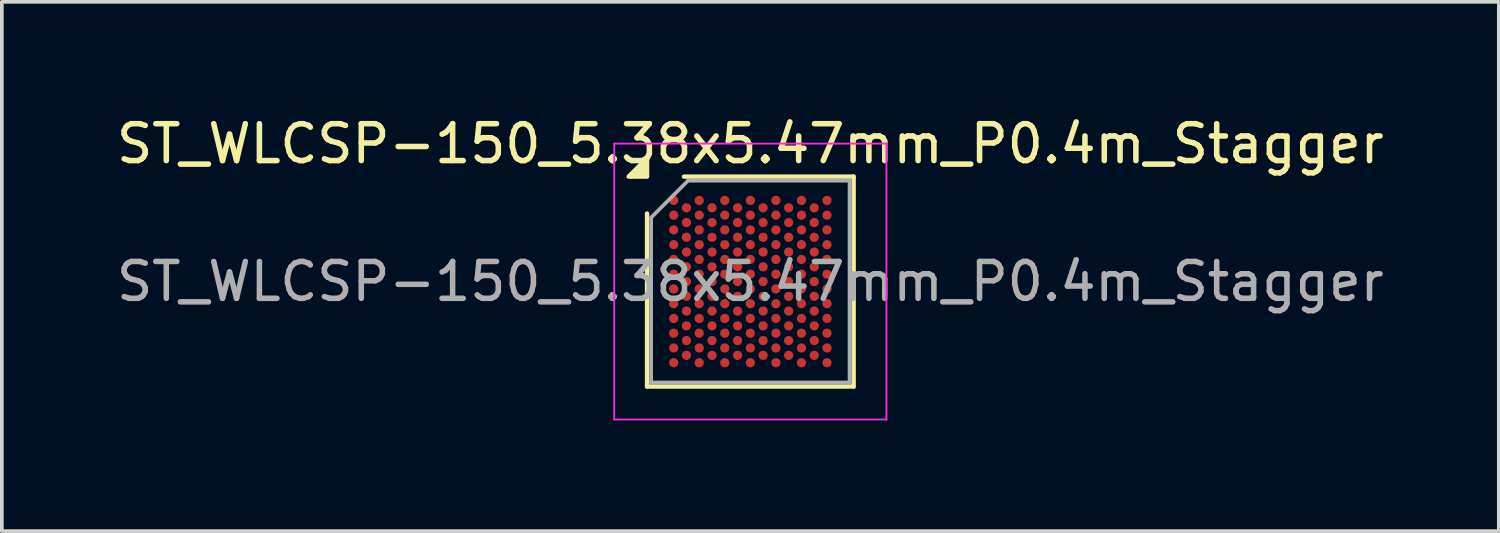
<source format=kicad_pcb>
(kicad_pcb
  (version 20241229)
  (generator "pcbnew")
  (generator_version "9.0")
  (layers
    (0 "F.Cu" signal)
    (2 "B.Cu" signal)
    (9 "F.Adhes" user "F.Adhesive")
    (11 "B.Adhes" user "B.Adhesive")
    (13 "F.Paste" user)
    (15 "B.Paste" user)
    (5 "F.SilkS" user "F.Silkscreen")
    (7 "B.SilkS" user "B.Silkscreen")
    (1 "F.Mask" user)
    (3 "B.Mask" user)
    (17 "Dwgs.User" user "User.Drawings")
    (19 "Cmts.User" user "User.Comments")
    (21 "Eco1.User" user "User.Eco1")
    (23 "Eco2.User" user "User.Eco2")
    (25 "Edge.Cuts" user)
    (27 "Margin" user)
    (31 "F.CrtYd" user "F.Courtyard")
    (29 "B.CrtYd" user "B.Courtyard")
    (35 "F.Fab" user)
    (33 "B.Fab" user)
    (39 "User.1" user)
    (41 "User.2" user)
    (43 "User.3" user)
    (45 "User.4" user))
  (footprint "ST_WLCSP-150_5.38x5.47mm_P0.4m_Stagger"
    (layer "F.Cu")
    (at 17.292 4.583)
    (property "Reference" "ST_WLCSP-150_5.38x5.47mm_P0.4m_Stagger" (at 0 -3.735 0) (layer "F.SilkS") (effects (font (size 1 1) (thickness 0.15))))
    (attr smd)
    (fp_line (start -2.8 2.845) (end -2.8 -1.845) (stroke (width 0.12) (type solid)) (layer "F.SilkS"))
    (fp_line (start -1.8 -2.845) (end 2.8 -2.845) (stroke (width 0.12) (type solid)) (layer "F.SilkS"))
    (fp_line (start 2.8 -2.845) (end 2.8 2.845) (stroke (width 0.12) (type solid)) (layer "F.SilkS"))
    (fp_line (start 2.8 2.845) (end -2.8 2.845) (stroke (width 0.12) (type solid)) (layer "F.SilkS"))
    (fp_poly (pts (xy -2.8 -2.845) (xy -3.3 -2.845) (xy -2.8 -3.345) (xy -2.8 -2.845)) (stroke (width 0.12) (type solid)) (fill yes) (layer "F.SilkS"))
    (fp_line (start -3.69 -3.74) (end -3.69 3.74) (stroke (width 0.05) (type solid)) (layer "F.CrtYd"))
    (fp_line (start -3.69 3.74) (end 3.69 3.74) (stroke (width 0.05) (type solid)) (layer "F.CrtYd"))
    (fp_line (start 3.69 -3.74) (end -3.69 -3.74) (stroke (width 0.05) (type solid)) (layer "F.CrtYd"))
    (fp_line (start 3.69 3.74) (end 3.69 -3.74) (stroke (width 0.05) (type solid)) (layer "F.CrtYd"))
    (fp_line (start -2.69 -1.735) (end -1.69 -2.735) (stroke (width 0.1) (type solid)) (layer "F.Fab"))
    (fp_line (start -2.69 2.735) (end -2.69 -1.735) (stroke (width 0.1) (type solid)) (layer "F.Fab"))
    (fp_line (start -1.69 -2.735) (end 2.69 -2.735) (stroke (width 0.1) (type solid)) (layer "F.Fab"))
    (fp_line (start 2.69 -2.735) (end 2.69 2.735) (stroke (width 0.1) (type solid)) (layer "F.Fab"))
    (fp_line (start 2.69 2.735) (end -2.69 2.735) (stroke (width 0.1) (type solid)) (layer "F.Fab"))
    (fp_text user "${REFERENCE}" (at 0 0 0) (layer "F.Fab") (effects (font (size 1 1) (thickness 0.15))))
    (pad "A1" smd circle (at -2.078 -2.2) (size 0.25 0.25) (property pad_prop_bga) (layers "F.Cu" "F.Mask" "F.Paste"))
    (pad "A3" smd circle (at -1.386 -2.2) (size 0.25 0.25) (property pad_prop_bga) (layers "F.Cu" "F.Mask" "F.Paste"))
    (pad "A5" smd circle (at -0.693 -2.2) (size 0.25 0.25) (property pad_prop_bga) (layers "F.Cu" "F.Mask" "F.Paste"))
    (pad "A7" smd circle (at 0 -2.2) (size 0.25 0.25) (property pad_prop_bga) (layers "F.Cu" "F.Mask" "F.Paste"))
    (pad "A9" smd circle (at 0.693 -2.2) (size 0.25 0.25) (property pad_prop_bga) (layers "F.Cu" "F.Mask" "F.Paste"))
    (pad "A11" smd circle (at 1.386 -2.2) (size 0.25 0.25) (property pad_prop_bga) (layers "F.Cu" "F.Mask" "F.Paste"))
    (pad "A13" smd circle (at 2.078 -2.2) (size 0.25 0.25) (property pad_prop_bga) (layers "F.Cu" "F.Mask" "F.Paste"))
    (pad "AA1" smd circle (at -2.078 1.8) (size 0.25 0.25) (property pad_prop_bga) (layers "F.Cu" "F.Mask" "F.Paste"))
    (pad "AA3" smd circle (at -1.386 1.8) (size 0.25 0.25) (property pad_prop_bga) (layers "F.Cu" "F.Mask" "F.Paste"))
    (pad "AA5" smd circle (at -0.693 1.8) (size 0.25 0.25) (property pad_prop_bga) (layers "F.Cu" "F.Mask" "F.Paste"))
    (pad "AA7" smd circle (at 0 1.8) (size 0.25 0.25) (property pad_prop_bga) (layers "F.Cu" "F.Mask" "F.Paste"))
    (pad "AA9" smd circle (at 0.693 1.8) (size 0.25 0.25) (property pad_prop_bga) (layers "F.Cu" "F.Mask" "F.Paste"))
    (pad "AA11" smd circle (at 1.386 1.8) (size 0.25 0.25) (property pad_prop_bga) (layers "F.Cu" "F.Mask" "F.Paste"))
    (pad "AA13" smd circle (at 2.078 1.8) (size 0.25 0.25) (property pad_prop_bga) (layers "F.Cu" "F.Mask" "F.Paste"))
    (pad "AB2" smd circle (at -1.732 2) (size 0.25 0.25) (property pad_prop_bga) (layers "F.Cu" "F.Mask" "F.Paste"))
    (pad "AB4" smd circle (at -1.039 2) (size 0.25 0.25) (property pad_prop_bga) (layers "F.Cu" "F.Mask" "F.Paste"))
    (pad "AB6" smd circle (at -0.346 2) (size 0.25 0.25) (property pad_prop_bga) (layers "F.Cu" "F.Mask" "F.Paste"))
    (pad "AB8" smd circle (at 0.346 2) (size 0.25 0.25) (property pad_prop_bga) (layers "F.Cu" "F.Mask" "F.Paste"))
    (pad "AB10" smd circle (at 1.039 2) (size 0.25 0.25) (property pad_prop_bga) (layers "F.Cu" "F.Mask" "F.Paste"))
    (pad "AB12" smd circle (at 1.732 2) (size 0.25 0.25) (property pad_prop_bga) (layers "F.Cu" "F.Mask" "F.Paste"))
    (pad "AC1" smd circle (at -2.078 2.2) (size 0.25 0.25) (property pad_prop_bga) (layers "F.Cu" "F.Mask" "F.Paste"))
    (pad "AC3" smd circle (at -1.386 2.2) (size 0.25 0.25) (property pad_prop_bga) (layers "F.Cu" "F.Mask" "F.Paste"))
    (pad "AC5" smd circle (at -0.693 2.2) (size 0.25 0.25) (property pad_prop_bga) (layers "F.Cu" "F.Mask" "F.Paste"))
    (pad "AC7" smd circle (at 0 2.2) (size 0.25 0.25) (property pad_prop_bga) (layers "F.Cu" "F.Mask" "F.Paste"))
    (pad "AC9" smd circle (at 0.693 2.2) (size 0.25 0.25) (property pad_prop_bga) (layers "F.Cu" "F.Mask" "F.Paste"))
    (pad "AC11" smd circle (at 1.386 2.2) (size 0.25 0.25) (property pad_prop_bga) (layers "F.Cu" "F.Mask" "F.Paste"))
    (pad "AC13" smd circle (at 2.078 2.2) (size 0.25 0.25) (property pad_prop_bga) (layers "F.Cu" "F.Mask" "F.Paste"))
    (pad "B2" smd circle (at -1.732 -2) (size 0.25 0.25) (property pad_prop_bga) (layers "F.Cu" "F.Mask" "F.Paste"))
    (pad "B4" smd circle (at -1.039 -2) (size 0.25 0.25) (property pad_prop_bga) (layers "F.Cu" "F.Mask" "F.Paste"))
    (pad "B6" smd circle (at -0.346 -2) (size 0.25 0.25) (property pad_prop_bga) (layers "F.Cu" "F.Mask" "F.Paste"))
    (pad "B8" smd circle (at 0.346 -2) (size 0.25 0.25) (property pad_prop_bga) (layers "F.Cu" "F.Mask" "F.Paste"))
    (pad "B10" smd circle (at 1.039 -2) (size 0.25 0.25) (property pad_prop_bga) (layers "F.Cu" "F.Mask" "F.Paste"))
    (pad "B12" smd circle (at 1.732 -2) (size 0.25 0.25) (property pad_prop_bga) (layers "F.Cu" "F.Mask" "F.Paste"))
    (pad "C1" smd circle (at -2.078 -1.8) (size 0.25 0.25) (property pad_prop_bga) (layers "F.Cu" "F.Mask" "F.Paste"))
    (pad "C3" smd circle (at -1.386 -1.8) (size 0.25 0.25) (property pad_prop_bga) (layers "F.Cu" "F.Mask" "F.Paste"))
    (pad "C5" smd circle (at -0.693 -1.8) (size 0.25 0.25) (property pad_prop_bga) (layers "F.Cu" "F.Mask" "F.Paste"))
    (pad "C7" smd circle (at 0 -1.8) (size 0.25 0.25) (property pad_prop_bga) (layers "F.Cu" "F.Mask" "F.Paste"))
    (pad "C9" smd circle (at 0.693 -1.8) (size 0.25 0.25) (property pad_prop_bga) (layers "F.Cu" "F.Mask" "F.Paste"))
    (pad "C11" smd circle (at 1.386 -1.8) (size 0.25 0.25) (property pad_prop_bga) (layers "F.Cu" "F.Mask" "F.Paste"))
    (pad "C13" smd circle (at 2.078 -1.8) (size 0.25 0.25) (property pad_prop_bga) (layers "F.Cu" "F.Mask" "F.Paste"))
    (pad "D2" smd circle (at -1.732 -1.6) (size 0.25 0.25) (property pad_prop_bga) (layers "F.Cu" "F.Mask" "F.Paste"))
    (pad "D4" smd circle (at -1.039 -1.6) (size 0.25 0.25) (property pad_prop_bga) (layers "F.Cu" "F.Mask" "F.Paste"))
    (pad "D6" smd circle (at -0.346 -1.6) (size 0.25 0.25) (property pad_prop_bga) (layers "F.Cu" "F.Mask" "F.Paste"))
    (pad "D8" smd circle (at 0.346 -1.6) (size 0.25 0.25) (property pad_prop_bga) (layers "F.Cu" "F.Mask" "F.Paste"))
    (pad "D10" smd circle (at 1.039 -1.6) (size 0.25 0.25) (property pad_prop_bga) (layers "F.Cu" "F.Mask" "F.Paste"))
    (pad "D12" smd circle (at 1.732 -1.6) (size 0.25 0.25) (property pad_prop_bga) (layers "F.Cu" "F.Mask" "F.Paste"))
    (pad "E1" smd circle (at -2.078 -1.4) (size 0.25 0.25) (property pad_prop_bga) (layers "F.Cu" "F.Mask" "F.Paste"))
    (pad "E3" smd circle (at -1.386 -1.4) (size 0.25 0.25) (property pad_prop_bga) (layers "F.Cu" "F.Mask" "F.Paste"))
    (pad "E5" smd circle (at -0.693 -1.4) (size 0.25 0.25) (property pad_prop_bga) (layers "F.Cu" "F.Mask" "F.Paste"))
    (pad "E7" smd circle (at 0 -1.4) (size 0.25 0.25) (property pad_prop_bga) (layers "F.Cu" "F.Mask" "F.Paste"))
    (pad "E9" smd circle (at 0.693 -1.4) (size 0.25 0.25) (property pad_prop_bga) (layers "F.Cu" "F.Mask" "F.Paste"))
    (pad "E11" smd circle (at 1.386 -1.4) (size 0.25 0.25) (property pad_prop_bga) (layers "F.Cu" "F.Mask" "F.Paste"))
    (pad "E13" smd circle (at 2.078 -1.4) (size 0.25 0.25) (property pad_prop_bga) (layers "F.Cu" "F.Mask" "F.Paste"))
    (pad "F2" smd circle (at -1.732 -1.2) (size 0.25 0.25) (property pad_prop_bga) (layers "F.Cu" "F.Mask" "F.Paste"))
    (pad "F4" smd circle (at -1.039 -1.2) (size 0.25 0.25) (property pad_prop_bga) (layers "F.Cu" "F.Mask" "F.Paste"))
    (pad "F6" smd circle (at -0.346 -1.2) (size 0.25 0.25) (property pad_prop_bga) (layers "F.Cu" "F.Mask" "F.Paste"))
    (pad "F8" smd circle (at 0.346 -1.2) (size 0.25 0.25) (property pad_prop_bga) (layers "F.Cu" "F.Mask" "F.Paste"))
    (pad "F10" smd circle (at 1.039 -1.2) (size 0.25 0.25) (property pad_prop_bga) (layers "F.Cu" "F.Mask" "F.Paste"))
    (pad "F12" smd circle (at 1.732 -1.2) (size 0.25 0.25) (property pad_prop_bga) (layers "F.Cu" "F.Mask" "F.Paste"))
    (pad "G1" smd circle (at -2.078 -1) (size 0.25 0.25) (property pad_prop_bga) (layers "F.Cu" "F.Mask" "F.Paste"))
    (pad "G3" smd circle (at -1.386 -1) (size 0.25 0.25) (property pad_prop_bga) (layers "F.Cu" "F.Mask" "F.Paste"))
    (pad "G5" smd circle (at -0.693 -1) (size 0.25 0.25) (property pad_prop_bga) (layers "F.Cu" "F.Mask" "F.Paste"))
    (pad "G7" smd circle (at 0 -1) (size 0.25 0.25) (property pad_prop_bga) (layers "F.Cu" "F.Mask" "F.Paste"))
    (pad "G9" smd circle (at 0.693 -1) (size 0.25 0.25) (property pad_prop_bga) (layers "F.Cu" "F.Mask" "F.Paste"))
    (pad "G11" smd circle (at 1.386 -1) (size 0.25 0.25) (property pad_prop_bga) (layers "F.Cu" "F.Mask" "F.Paste"))
    (pad "G13" smd circle (at 2.078 -1) (size 0.25 0.25) (property pad_prop_bga) (layers "F.Cu" "F.Mask" "F.Paste"))
    (pad "H2" smd circle (at -1.732 -0.8) (size 0.25 0.25) (property pad_prop_bga) (layers "F.Cu" "F.Mask" "F.Paste"))
    (pad "H4" smd circle (at -1.039 -0.8) (size 0.25 0.25) (property pad_prop_bga) (layers "F.Cu" "F.Mask" "F.Paste"))
    (pad "H6" smd circle (at -0.346 -0.8) (size 0.25 0.25) (property pad_prop_bga) (layers "F.Cu" "F.Mask" "F.Paste"))
    (pad "H8" smd circle (at 0.346 -0.8) (size 0.25 0.25) (property pad_prop_bga) (layers "F.Cu" "F.Mask" "F.Paste"))
    (pad "H10" smd circle (at 1.039 -0.8) (size 0.25 0.25) (property pad_prop_bga) (layers "F.Cu" "F.Mask" "F.Paste"))
    (pad "H12" smd circle (at 1.732 -0.8) (size 0.25 0.25) (property pad_prop_bga) (layers "F.Cu" "F.Mask" "F.Paste"))
    (pad "J1" smd circle (at -2.078 -0.6) (size 0.25 0.25) (property pad_prop_bga) (layers "F.Cu" "F.Mask" "F.Paste"))
    (pad "J3" smd circle (at -1.386 -0.6) (size 0.25 0.25) (property pad_prop_bga) (layers "F.Cu" "F.Mask" "F.Paste"))
    (pad "J5" smd circle (at -0.693 -0.6) (size 0.25 0.25) (property pad_prop_bga) (layers "F.Cu" "F.Mask" "F.Paste"))
    (pad "J7" smd circle (at 0 -0.6) (size 0.25 0.25) (property pad_prop_bga) (layers "F.Cu" "F.Mask" "F.Paste"))
    (pad "J9" smd circle (at 0.693 -0.6) (size 0.25 0.25) (property pad_prop_bga) (layers "F.Cu" "F.Mask" "F.Paste"))
    (pad "J11" smd circle (at 1.386 -0.6) (size 0.25 0.25) (property pad_prop_bga) (layers "F.Cu" "F.Mask" "F.Paste"))
    (pad "J13" smd circle (at 2.078 -0.6) (size 0.25 0.25) (property pad_prop_bga) (layers "F.Cu" "F.Mask" "F.Paste"))
    (pad "K2" smd circle (at -1.732 -0.4) (size 0.25 0.25) (property pad_prop_bga) (layers "F.Cu" "F.Mask" "F.Paste"))
    (pad "K4" smd circle (at -1.039 -0.4) (size 0.25 0.25) (property pad_prop_bga) (layers "F.Cu" "F.Mask" "F.Paste"))
    (pad "K6" smd circle (at -0.346 -0.4) (size 0.25 0.25) (property pad_prop_bga) (layers "F.Cu" "F.Mask" "F.Paste"))
    (pad "K8" smd circle (at 0.346 -0.4) (size 0.25 0.25) (property pad_prop_bga) (layers "F.Cu" "F.Mask" "F.Paste"))
    (pad "K10" smd circle (at 1.039 -0.4) (size 0.25 0.25) (property pad_prop_bga) (layers "F.Cu" "F.Mask" "F.Paste"))
    (pad "K12" smd circle (at 1.732 -0.4) (size 0.25 0.25) (property pad_prop_bga) (layers "F.Cu" "F.Mask" "F.Paste"))
    (pad "L1" smd circle (at -2.078 -0.2) (size 0.25 0.25) (property pad_prop_bga) (layers "F.Cu" "F.Mask" "F.Paste"))
    (pad "L3" smd circle (at -1.386 -0.2) (size 0.25 0.25) (property pad_prop_bga) (layers "F.Cu" "F.Mask" "F.Paste"))
    (pad "L5" smd circle (at -0.693 -0.2) (size 0.25 0.25) (property pad_prop_bga) (layers "F.Cu" "F.Mask" "F.Paste"))
    (pad "L7" smd circle (at 0 -0.2) (size 0.25 0.25) (property pad_prop_bga) (layers "F.Cu" "F.Mask" "F.Paste"))
    (pad "L9" smd circle (at 0.693 -0.2) (size 0.25 0.25) (property pad_prop_bga) (layers "F.Cu" "F.Mask" "F.Paste"))
    (pad "L11" smd circle (at 1.386 -0.2) (size 0.25 0.25) (property pad_prop_bga) (layers "F.Cu" "F.Mask" "F.Paste"))
    (pad "L13" smd circle (at 2.078 -0.2) (size 0.25 0.25) (property pad_prop_bga) (layers "F.Cu" "F.Mask" "F.Paste"))
    (pad "M2" smd circle (at -1.732 0) (size 0.25 0.25) (property pad_prop_bga) (layers "F.Cu" "F.Mask" "F.Paste"))
    (pad "M4" smd circle (at -1.039 0) (size 0.25 0.25) (property pad_prop_bga) (layers "F.Cu" "F.Mask" "F.Paste"))
    (pad "M6" smd circle (at -0.346 0) (size 0.25 0.25) (property pad_prop_bga) (layers "F.Cu" "F.Mask" "F.Paste"))
    (pad "M8" smd circle (at 0.346 0) (size 0.25 0.25) (property pad_prop_bga) (layers "F.Cu" "F.Mask" "F.Paste"))
    (pad "M10" smd circle (at 1.039 0) (size 0.25 0.25) (property pad_prop_bga) (layers "F.Cu" "F.Mask" "F.Paste"))
    (pad "M12" smd circle (at 1.732 0) (size 0.25 0.25) (property pad_prop_bga) (layers "F.Cu" "F.Mask" "F.Paste"))
    (pad "N1" smd circle (at -2.078 0.2) (size 0.25 0.25) (property pad_prop_bga) (layers "F.Cu" "F.Mask" "F.Paste"))
    (pad "N3" smd circle (at -1.386 0.2) (size 0.25 0.25) (property pad_prop_bga) (layers "F.Cu" "F.Mask" "F.Paste"))
    (pad "N5" smd circle (at -0.693 0.2) (size 0.25 0.25) (property pad_prop_bga) (layers "F.Cu" "F.Mask" "F.Paste"))
    (pad "N7" smd circle (at 0 0.2) (size 0.25 0.25) (property pad_prop_bga) (layers "F.Cu" "F.Mask" "F.Paste"))
    (pad "N9" smd circle (at 0.693 0.2) (size 0.25 0.25) (property pad_prop_bga) (layers "F.Cu" "F.Mask" "F.Paste"))
    (pad "N11" smd circle (at 1.386 0.2) (size 0.25 0.25) (property pad_prop_bga) (layers "F.Cu" "F.Mask" "F.Paste"))
    (pad "N13" smd circle (at 2.078 0.2) (size 0.25 0.25) (property pad_prop_bga) (layers "F.Cu" "F.Mask" "F.Paste"))
    (pad "P2" smd circle (at -1.732 0.4) (size 0.25 0.25) (property pad_prop_bga) (layers "F.Cu" "F.Mask" "F.Paste"))
    (pad "P4" smd circle (at -1.039 0.4) (size 0.25 0.25) (property pad_prop_bga) (layers "F.Cu" "F.Mask" "F.Paste"))
    (pad "P6" smd circle (at -0.346 0.4) (size 0.25 0.25) (property pad_prop_bga) (layers "F.Cu" "F.Mask" "F.Paste"))
    (pad "P8" smd circle (at 0.346 0.4) (size 0.25 0.25) (property pad_prop_bga) (layers "F.Cu" "F.Mask" "F.Paste"))
    (pad "P10" smd circle (at 1.039 0.4) (size 0.25 0.25) (property pad_prop_bga) (layers "F.Cu" "F.Mask" "F.Paste"))
    (pad "P12" smd circle (at 1.732 0.4) (size 0.25 0.25) (property pad_prop_bga) (layers "F.Cu" "F.Mask" "F.Paste"))
    (pad "R1" smd circle (at -2.078 0.6) (size 0.25 0.25) (property pad_prop_bga) (layers "F.Cu" "F.Mask" "F.Paste"))
    (pad "R3" smd circle (at -1.386 0.6) (size 0.25 0.25) (property pad_prop_bga) (layers "F.Cu" "F.Mask" "F.Paste"))
    (pad "R5" smd circle (at -0.693 0.6) (size 0.25 0.25) (property pad_prop_bga) (layers "F.Cu" "F.Mask" "F.Paste"))
    (pad "R7" smd circle (at 0 0.6) (size 0.25 0.25) (property pad_prop_bga) (layers "F.Cu" "F.Mask" "F.Paste"))
    (pad "R9" smd circle (at 0.693 0.6) (size 0.25 0.25) (property pad_prop_bga) (layers "F.Cu" "F.Mask" "F.Paste"))
    (pad "R11" smd circle (at 1.386 0.6) (size 0.25 0.25) (property pad_prop_bga) (layers "F.Cu" "F.Mask" "F.Paste"))
    (pad "R13" smd circle (at 2.078 0.6) (size 0.25 0.25) (property pad_prop_bga) (layers "F.Cu" "F.Mask" "F.Paste"))
    (pad "T2" smd circle (at -1.732 0.8) (size 0.25 0.25) (property pad_prop_bga) (layers "F.Cu" "F.Mask" "F.Paste"))
    (pad "T4" smd circle (at -1.039 0.8) (size 0.25 0.25) (property pad_prop_bga) (layers "F.Cu" "F.Mask" "F.Paste"))
    (pad "T6" smd circle (at -0.346 0.8) (size 0.25 0.25) (property pad_prop_bga) (layers "F.Cu" "F.Mask" "F.Paste"))
    (pad "T8" smd circle (at 0.346 0.8) (size 0.25 0.25) (property pad_prop_bga) (layers "F.Cu" "F.Mask" "F.Paste"))
    (pad "T10" smd circle (at 1.039 0.8) (size 0.25 0.25) (property pad_prop_bga) (layers "F.Cu" "F.Mask" "F.Paste"))
    (pad "T12" smd circle (at 1.732 0.8) (size 0.25 0.25) (property pad_prop_bga) (layers "F.Cu" "F.Mask" "F.Paste"))
    (pad "U1" smd circle (at -2.078 1) (size 0.25 0.25) (property pad_prop_bga) (layers "F.Cu" "F.Mask" "F.Paste"))
    (pad "U3" smd circle (at -1.386 1) (size 0.25 0.25) (property pad_prop_bga) (layers "F.Cu" "F.Mask" "F.Paste"))
    (pad "U5" smd circle (at -0.693 1) (size 0.25 0.25) (property pad_prop_bga) (layers "F.Cu" "F.Mask" "F.Paste"))
    (pad "U7" smd circle (at 0 1) (size 0.25 0.25) (property pad_prop_bga) (layers "F.Cu" "F.Mask" "F.Paste"))
    (pad "U9" smd circle (at 0.693 1) (size 0.25 0.25) (property pad_prop_bga) (layers "F.Cu" "F.Mask" "F.Paste"))
    (pad "U11" smd circle (at 1.386 1) (size 0.25 0.25) (property pad_prop_bga) (layers "F.Cu" "F.Mask" "F.Paste"))
    (pad "U13" smd circle (at 2.078 1) (size 0.25 0.25) (property pad_prop_bga) (layers "F.Cu" "F.Mask" "F.Paste"))
    (pad "V2" smd circle (at -1.732 1.2) (size 0.25 0.25) (property pad_prop_bga) (layers "F.Cu" "F.Mask" "F.Paste"))
    (pad "V4" smd circle (at -1.039 1.2) (size 0.25 0.25) (property pad_prop_bga) (layers "F.Cu" "F.Mask" "F.Paste"))
    (pad "V6" smd circle (at -0.346 1.2) (size 0.25 0.25) (property pad_prop_bga) (layers "F.Cu" "F.Mask" "F.Paste"))
    (pad "V8" smd circle (at 0.346 1.2) (size 0.25 0.25) (property pad_prop_bga) (layers "F.Cu" "F.Mask" "F.Paste"))
    (pad "V10" smd circle (at 1.039 1.2) (size 0.25 0.25) (property pad_prop_bga) (layers "F.Cu" "F.Mask" "F.Paste"))
    (pad "V12" smd circle (at 1.732 1.2) (size 0.25 0.25) (property pad_prop_bga) (layers "F.Cu" "F.Mask" "F.Paste"))
    (pad "W1" smd circle (at -2.078 1.4) (size 0.25 0.25) (property pad_prop_bga) (layers "F.Cu" "F.Mask" "F.Paste"))
    (pad "W3" smd circle (at -1.386 1.4) (size 0.25 0.25) (property pad_prop_bga) (layers "F.Cu" "F.Mask" "F.Paste"))
    (pad "W5" smd circle (at -0.693 1.4) (size 0.25 0.25) (property pad_prop_bga) (layers "F.Cu" "F.Mask" "F.Paste"))
    (pad "W7" smd circle (at 0 1.4) (size 0.25 0.25) (property pad_prop_bga) (layers "F.Cu" "F.Mask" "F.Paste"))
    (pad "W9" smd circle (at 0.693 1.4) (size 0.25 0.25) (property pad_prop_bga) (layers "F.Cu" "F.Mask" "F.Paste"))
    (pad "W11" smd circle (at 1.386 1.4) (size 0.25 0.25) (property pad_prop_bga) (layers "F.Cu" "F.Mask" "F.Paste"))
    (pad "W13" smd circle (at 2.078 1.4) (size 0.25 0.25) (property pad_prop_bga) (layers "F.Cu" "F.Mask" "F.Paste"))
    (pad "Y2" smd circle (at -1.732 1.6) (size 0.25 0.25) (property pad_prop_bga) (layers "F.Cu" "F.Mask" "F.Paste"))
    (pad "Y4" smd circle (at -1.039 1.6) (size 0.25 0.25) (property pad_prop_bga) (layers "F.Cu" "F.Mask" "F.Paste"))
    (pad "Y6" smd circle (at -0.346 1.6) (size 0.25 0.25) (property pad_prop_bga) (layers "F.Cu" "F.Mask" "F.Paste"))
    (pad "Y8" smd circle (at 0.346 1.6) (size 0.25 0.25) (property pad_prop_bga) (layers "F.Cu" "F.Mask" "F.Paste"))
    (pad "Y10" smd circle (at 1.039 1.6) (size 0.25 0.25) (property pad_prop_bga) (layers "F.Cu" "F.Mask" "F.Paste"))
    (pad "Y12" smd circle (at 1.732 1.6) (size 0.25 0.25) (property pad_prop_bga) (layers "F.Cu" "F.Mask" "F.Paste")))
  (gr_rect
    (start -3 -3)
    (end 37.583 11.348)
    (stroke (width 0.1) (type default))
    (fill no)
    (layer "Edge.Cuts")))
</source>
